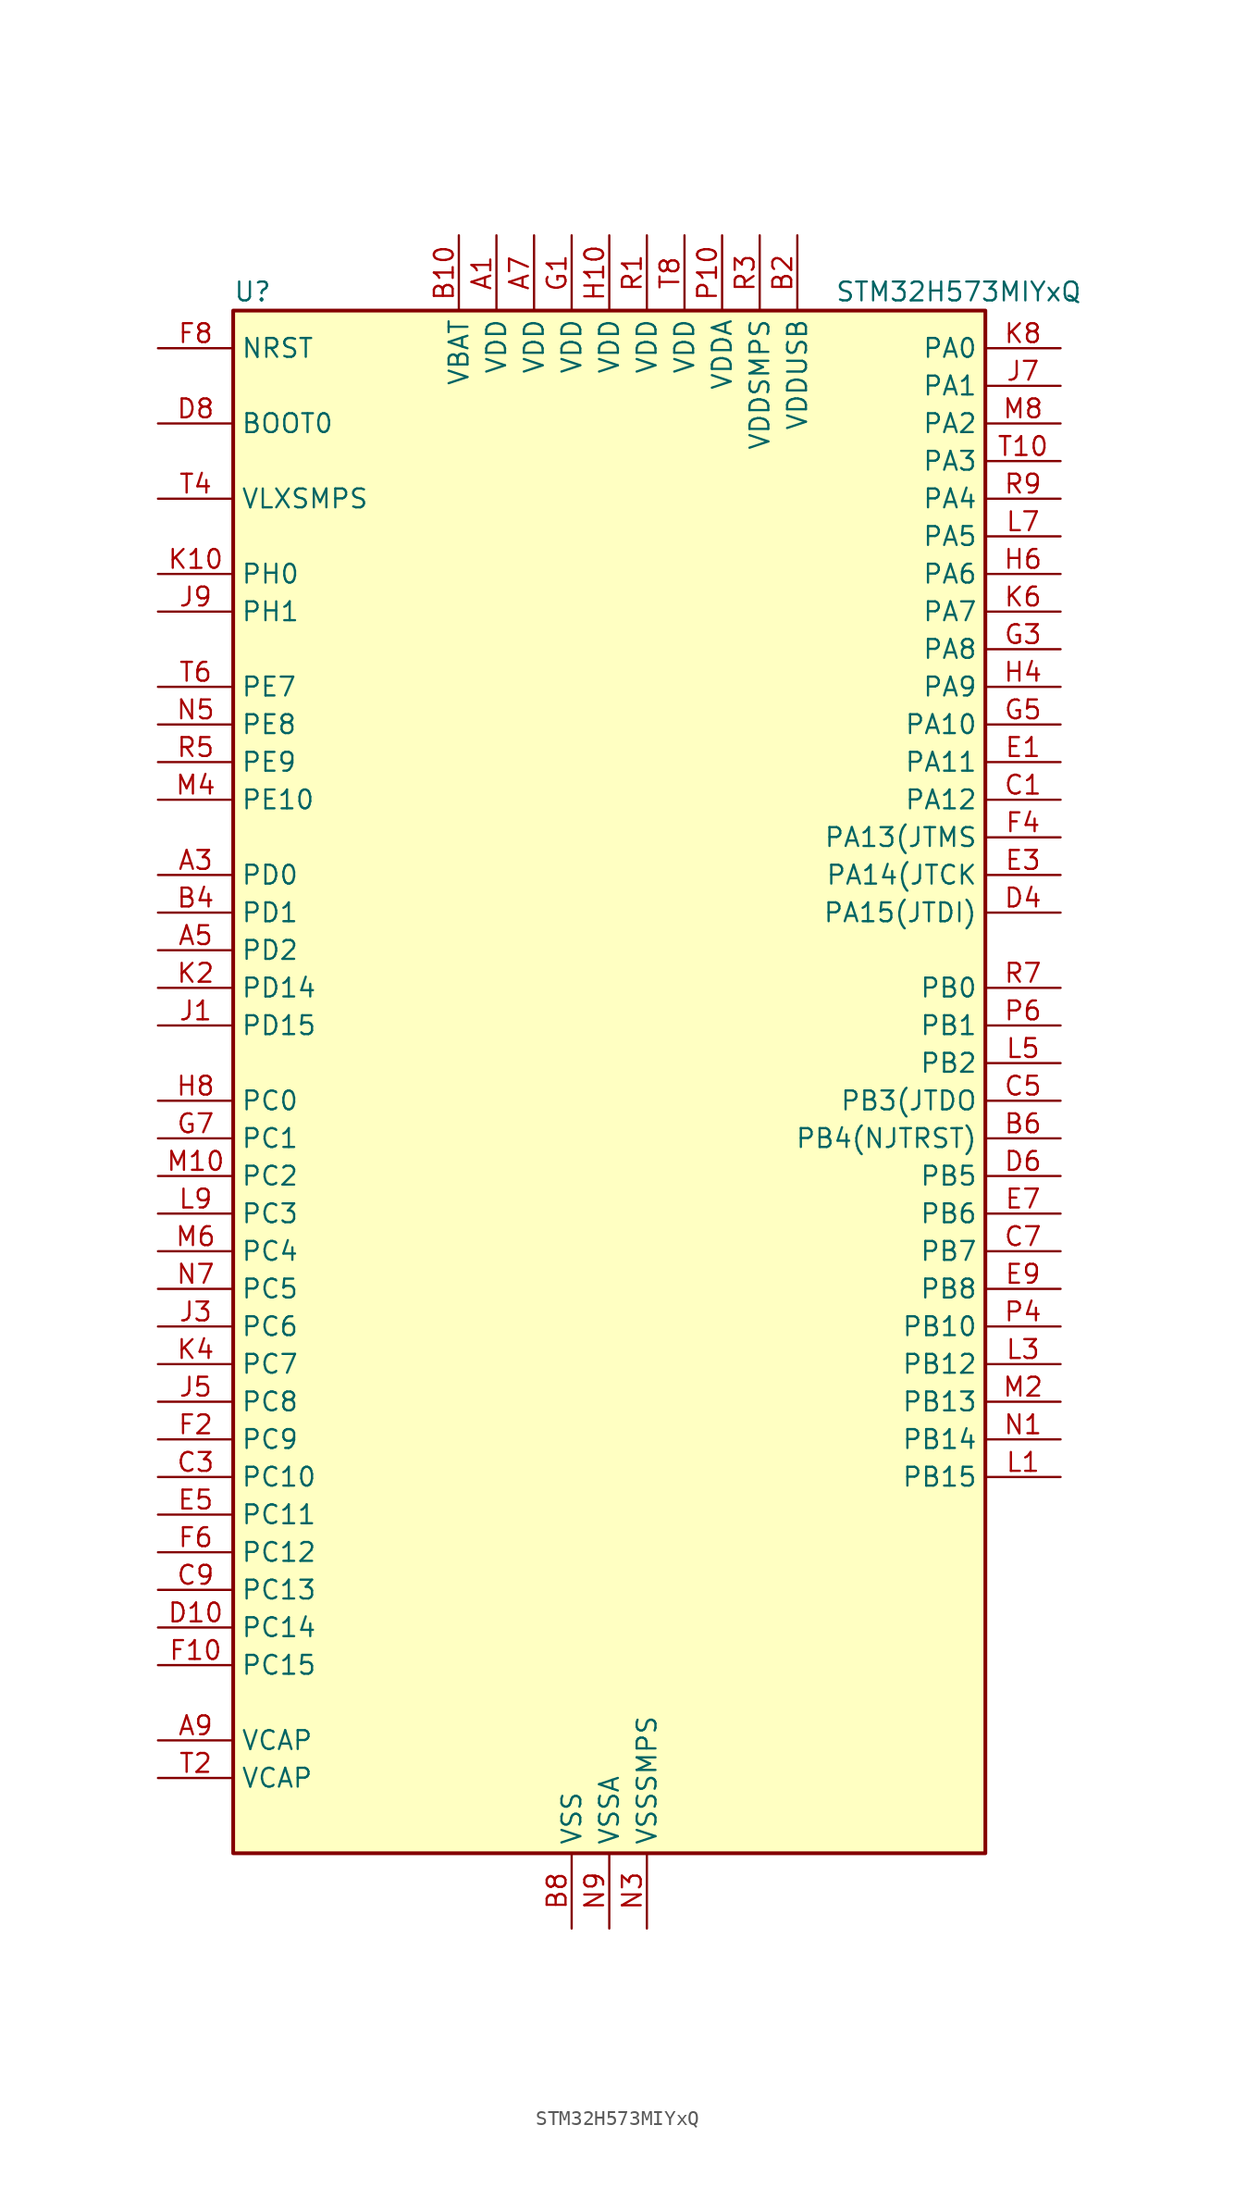
<source format=kicad_sym>
(kicad_symbol_lib
  (version 20231120)
  (generator "kicad_symbol_editor")
  (generator_version "8.0")
  (symbol "STM32H573MIYxQ"
    (property "Reference" "U"
      (at -25.4 54.61 0)
      (effects (font (size 1.27 1.27)) (justify left)))
    (property "Value" "STM32H573MIYxQ"
      (at 15.24 54.61 0)
      (effects (font (size 1.27 1.27)) (justify left)))
    (property "ki_locked" ""
      (at 0 0 0)
      (effects (font (size 1.27 1.27))))
    (symbol "STM32H573MIYxQ_0_1"
      (rectangle (start -25.4 -50.8) (end 25.4 53.34) (stroke (width 0.254) (type default)) (fill (type background))))
    (symbol "STM32H573MIYxQ_1_1"
      (pin power_in line (at -7.62 58.42 270) (length 5.08) (name "VDD" (effects (font (size 1.27 1.27)))) (number "A1" (effects (font (size 1.27 1.27)))))
      (pin bidirectional line (at -30.48 15.24 0) (length 5.08) (name "PD0" (effects (font (size 1.27 1.27)))) (number "A3" (effects (font (size 1.27 1.27)))) (alternate "FDCAN1_RX" bidirectional line) (alternate "FMC_D2" bidirectional line) (alternate "FMC_DA2" bidirectional line) (alternate "TIM8_CH4N" bidirectional line) (alternate "UART4_RX" bidirectional line) (alternate "UART9_CTS" bidirectional line))
      (pin bidirectional line (at -30.48 10.16 0) (length 5.08) (name "PD2" (effects (font (size 1.27 1.27)))) (number "A5" (effects (font (size 1.27 1.27)))) (alternate "DCMI_D11" bidirectional line) (alternate "DEBUG_TRACED2" bidirectional line) (alternate "LPTIM4_ETR" bidirectional line) (alternate "PSSI_D11" bidirectional line) (alternate "PWR_WKUP7" bidirectional line) (alternate "SDMMC1_CMD" bidirectional line) (alternate "TIM15_BKIN" bidirectional line) (alternate "TIM3_ETR" bidirectional line) (alternate "UART5_RX" bidirectional line))
      (pin power_in line (at -5.08 58.42 270) (length 5.08) (name "VDD" (effects (font (size 1.27 1.27)))) (number "A7" (effects (font (size 1.27 1.27)))))
      (pin power_out line (at -30.48 -43.18 0) (length 5.08) (name "VCAP" (effects (font (size 1.27 1.27)))) (number "A9" (effects (font (size 1.27 1.27)))))
      (pin power_in line (at -10.16 58.42 270) (length 5.08) (name "VBAT" (effects (font (size 1.27 1.27)))) (number "B10" (effects (font (size 1.27 1.27)))))
      (pin power_in line (at 12.7 58.42 270) (length 5.08) (name "VDDUSB" (effects (font (size 1.27 1.27)))) (number "B2" (effects (font (size 1.27 1.27)))))
      (pin bidirectional line (at -30.48 12.7 0) (length 5.08) (name "PD1" (effects (font (size 1.27 1.27)))) (number "B4" (effects (font (size 1.27 1.27)))) (alternate "FDCAN1_TX" bidirectional line) (alternate "FMC_D3" bidirectional line) (alternate "FMC_DA3" bidirectional line) (alternate "UART4_TX" bidirectional line))
      (pin bidirectional line (at 30.48 -2.54 180) (length 5.08) (name "PB4(NJTRST)" (effects (font (size 1.27 1.27)))) (number "B6" (effects (font (size 1.27 1.27)))) (alternate "DCMI_D7" bidirectional line) (alternate "DEBUG_JTRST" bidirectional line) (alternate "I2S1_SDI" bidirectional line) (alternate "I2S2_WS" bidirectional line) (alternate "I2S3_SDI" bidirectional line) (alternate "LPTIM1_CH2" bidirectional line) (alternate "OCTOSPI1_CLK" bidirectional line) (alternate "PSSI_D7" bidirectional line) (alternate "SPI1_MISO" bidirectional line) (alternate "SPI2_NSS" bidirectional line) (alternate "SPI3_MISO" bidirectional line) (alternate "SPI6_MISO" bidirectional line) (alternate "TIM16_BKIN" bidirectional line) (alternate "TIM3_CH1" bidirectional line) (alternate "UART7_TX" bidirectional line))
      (pin power_in line (at -2.54 -55.88 90) (length 5.08) (name "VSS" (effects (font (size 1.27 1.27)))) (number "B8" (effects (font (size 1.27 1.27)))))
      (pin bidirectional line (at 30.48 20.32 180) (length 5.08) (name "PA12" (effects (font (size 1.27 1.27)))) (number "C1" (effects (font (size 1.27 1.27)))) (alternate "FDCAN1_TX" bidirectional line) (alternate "I2S2_CK" bidirectional line) (alternate "LPUART1_RTS" bidirectional line) (alternate "SAI2_FS_B" bidirectional line) (alternate "SPI2_SCK" bidirectional line) (alternate "TIM1_ETR" bidirectional line) (alternate "UART4_TX" bidirectional line) (alternate "USART1_RTS" bidirectional line) (alternate "USB_DP" bidirectional line))
      (pin bidirectional line (at -30.48 -25.4 0) (length 5.08) (name "PC10" (effects (font (size 1.27 1.27)))) (number "C3" (effects (font (size 1.27 1.27)))) (alternate "DCMI_D8" bidirectional line) (alternate "ETH_TXD0" bidirectional line) (alternate "I2S3_CK" bidirectional line) (alternate "LPTIM3_ETR" bidirectional line) (alternate "OCTOSPI1_IO1" bidirectional line) (alternate "PSSI_D8" bidirectional line) (alternate "SDMMC1_D2" bidirectional line) (alternate "SPI3_SCK" bidirectional line) (alternate "UART4_TX" bidirectional line) (alternate "USART3_TX" bidirectional line))
      (pin bidirectional line (at 30.48 0 180) (length 5.08) (name "PB3(JTDO" (effects (font (size 1.27 1.27)))) (number "C5" (effects (font (size 1.27 1.27)))) (alternate "CRS_SYNC" bidirectional line) (alternate "DEBUG_JTDO-SWO" bidirectional line) (alternate "I2C2_SDA" bidirectional line) (alternate "I2S1_CK" bidirectional line) (alternate "I2S3_CK" bidirectional line) (alternate "LPTIM6_ETR" bidirectional line) (alternate "SPI1_SCK" bidirectional line) (alternate "SPI3_SCK" bidirectional line) (alternate "SPI6_SCK" bidirectional line) (alternate "TIM2_CH2" bidirectional line) (alternate "UART12_CTS" bidirectional line) (alternate "UART7_RX" bidirectional line))
      (pin bidirectional line (at 30.48 -10.16 180) (length 5.08) (name "PB7" (effects (font (size 1.27 1.27)))) (number "C7" (effects (font (size 1.27 1.27)))) (alternate "DCMI_VSYNC" bidirectional line) (alternate "FDCAN1_TX" bidirectional line) (alternate "FMC_NL" bidirectional line) (alternate "I2C1_SDA" bidirectional line) (alternate "I2C4_SDA" bidirectional line) (alternate "I3C1_SDA" bidirectional line) (alternate "LPUART1_RX" bidirectional line) (alternate "PSSI_RDY" bidirectional line) (alternate "PWR_WKUP5" bidirectional line) (alternate "TIM17_CH1N" bidirectional line) (alternate "TIM4_CH2" bidirectional line) (alternate "USART1_RX" bidirectional line))
      (pin bidirectional line (at -30.48 -33.02 0) (length 5.08) (name "PC13" (effects (font (size 1.27 1.27)))) (number "C9" (effects (font (size 1.27 1.27)))) (alternate "PWR_WKUP4" bidirectional line) (alternate "RTC_OUT1" bidirectional line) (alternate "RTC_TS" bidirectional line) (alternate "TAMP_IN1" bidirectional line) (alternate "TAMP_OUT2" bidirectional line) (alternate "TAMP_OUT3" bidirectional line))
      (pin bidirectional line (at -30.48 -35.56 0) (length 5.08) (name "PC14" (effects (font (size 1.27 1.27)))) (number "D10" (effects (font (size 1.27 1.27)))) (alternate "RCC_OSC32_IN" bidirectional line))
      (pin passive line (at -2.54 -55.88 90) (length 5.08) hide (name "VSS" (effects (font (size 1.27 1.27)))) (number "D2" (effects (font (size 1.27 1.27)))))
      (pin bidirectional line (at 30.48 12.7 180) (length 5.08) (name "PA15(JTDI)" (effects (font (size 1.27 1.27)))) (number "D4" (effects (font (size 1.27 1.27)))) (alternate "ADC1_EXTI15" bidirectional line) (alternate "ADC2_EXTI15" bidirectional line) (alternate "CEC" bidirectional line) (alternate "DCMI_D11" bidirectional line) (alternate "DEBUG_JTDI" bidirectional line) (alternate "FMC_NBL1" bidirectional line) (alternate "I2S1_WS" bidirectional line) (alternate "I2S3_WS" bidirectional line) (alternate "LPTIM3_IN2" bidirectional line) (alternate "PSSI_D11" bidirectional line) (alternate "SPI1_NSS" bidirectional line) (alternate "SPI3_NSS" bidirectional line) (alternate "SPI6_NSS" bidirectional line) (alternate "TIM2_CH1" bidirectional line) (alternate "TIM2_ETR" bidirectional line) (alternate "UART4_DE" bidirectional line) (alternate "UART4_RTS" bidirectional line) (alternate "UART7_TX" bidirectional line))
      (pin bidirectional line (at 30.48 -5.08 180) (length 5.08) (name "PB5" (effects (font (size 1.27 1.27)))) (number "D6" (effects (font (size 1.27 1.27)))) (alternate "DCMI_D10" bidirectional line) (alternate "ETH_PPS_OUT" bidirectional line) (alternate "FDCAN2_RX" bidirectional line) (alternate "FMC_SDCKE1" bidirectional line) (alternate "I2C1_SMBA" bidirectional line) (alternate "I2C4_SMBA" bidirectional line) (alternate "I2S1_SDO" bidirectional line) (alternate "I2S3_SDO" bidirectional line) (alternate "OCTOSPI1_NCLK" bidirectional line) (alternate "PSSI_D10" bidirectional line) (alternate "SPI1_MOSI" bidirectional line) (alternate "SPI3_MOSI" bidirectional line) (alternate "SPI6_MOSI" bidirectional line) (alternate "TIM17_BKIN" bidirectional line) (alternate "TIM3_CH2" bidirectional line) (alternate "UART5_RX" bidirectional line))
      (pin input line (at -30.48 45.72 0) (length 5.08) (name "BOOT0" (effects (font (size 1.27 1.27)))) (number "D8" (effects (font (size 1.27 1.27)))))
      (pin bidirectional line (at 30.48 22.86 180) (length 5.08) (name "PA11" (effects (font (size 1.27 1.27)))) (number "E1" (effects (font (size 1.27 1.27)))) (alternate "ADC1_EXTI11" bidirectional line) (alternate "ADC2_EXTI11" bidirectional line) (alternate "FDCAN1_RX" bidirectional line) (alternate "I2S2_WS" bidirectional line) (alternate "LPUART1_CTS" bidirectional line) (alternate "SPI2_NSS" bidirectional line) (alternate "TIM1_CH4" bidirectional line) (alternate "UART4_RX" bidirectional line) (alternate "USART1_CTS" bidirectional line) (alternate "USART1_NSS" bidirectional line) (alternate "USB_DM" bidirectional line))
      (pin bidirectional line (at 30.48 15.24 180) (length 5.08) (name "PA14(JTCK" (effects (font (size 1.27 1.27)))) (number "E3" (effects (font (size 1.27 1.27)))) (alternate "DEBUG_JTCK-SWCLK" bidirectional line))
      (pin bidirectional line (at -30.48 -27.94 0) (length 5.08) (name "PC11" (effects (font (size 1.27 1.27)))) (number "E5" (effects (font (size 1.27 1.27)))) (alternate "ADC1_EXTI11" bidirectional line) (alternate "ADC2_EXTI11" bidirectional line) (alternate "DCMI_D4" bidirectional line) (alternate "I2S3_SDI" bidirectional line) (alternate "LPTIM3_IN1" bidirectional line) (alternate "OCTOSPI1_NCS" bidirectional line) (alternate "PSSI_D4" bidirectional line) (alternate "SDMMC1_D3" bidirectional line) (alternate "SPI3_MISO" bidirectional line) (alternate "UART4_RX" bidirectional line) (alternate "USART3_RX" bidirectional line))
      (pin bidirectional line (at 30.48 -7.62 180) (length 5.08) (name "PB6" (effects (font (size 1.27 1.27)))) (number "E7" (effects (font (size 1.27 1.27)))) (alternate "CEC" bidirectional line) (alternate "DCMI_D5" bidirectional line) (alternate "FDCAN2_TX" bidirectional line) (alternate "FMC_SDNE1" bidirectional line) (alternate "I2C1_SCL" bidirectional line) (alternate "I2C4_SCL" bidirectional line) (alternate "I3C1_SCL" bidirectional line) (alternate "LPUART1_TX" bidirectional line) (alternate "OCTOSPI1_NCS" bidirectional line) (alternate "PSSI_D5" bidirectional line) (alternate "TIM16_CH1N" bidirectional line) (alternate "TIM4_CH1" bidirectional line) (alternate "UART5_TX" bidirectional line) (alternate "USART1_TX" bidirectional line))
      (pin bidirectional line (at 30.48 -12.7 180) (length 5.08) (name "PB8" (effects (font (size 1.27 1.27)))) (number "E9" (effects (font (size 1.27 1.27)))) (alternate "DCMI_D6" bidirectional line) (alternate "ETH_TXD3" bidirectional line) (alternate "FDCAN1_RX" bidirectional line) (alternate "I2C1_SCL" bidirectional line) (alternate "I2C4_SCL" bidirectional line) (alternate "I3C1_SCL" bidirectional line) (alternate "PSSI_D6" bidirectional line) (alternate "SDMMC1_CKIN" bidirectional line) (alternate "SDMMC1_D4" bidirectional line) (alternate "TIM16_CH1" bidirectional line) (alternate "TIM4_CH3" bidirectional line) (alternate "UART4_RX" bidirectional line))
      (pin bidirectional line (at -30.48 -38.1 0) (length 5.08) (name "PC15" (effects (font (size 1.27 1.27)))) (number "F10" (effects (font (size 1.27 1.27)))) (alternate "ADC1_EXTI15" bidirectional line) (alternate "ADC2_EXTI15" bidirectional line) (alternate "RCC_OSC32_OUT" bidirectional line))
      (pin bidirectional line (at -30.48 -22.86 0) (length 5.08) (name "PC9" (effects (font (size 1.27 1.27)))) (number "F2" (effects (font (size 1.27 1.27)))) (alternate "AUDIOCLK" bidirectional line) (alternate "DAC1_EXTI9" bidirectional line) (alternate "DCMI_D3" bidirectional line) (alternate "FMC_CLE" bidirectional line) (alternate "I2C3_SDA" bidirectional line) (alternate "OCTOSPI1_IO0" bidirectional line) (alternate "PSSI_D3" bidirectional line) (alternate "RCC_MCO_2" bidirectional line) (alternate "SDMMC1_D1" bidirectional line) (alternate "TIM3_CH4" bidirectional line) (alternate "TIM8_CH4" bidirectional line) (alternate "UART5_CTS" bidirectional line) (alternate "UCPD1_DB2" bidirectional line))
      (pin bidirectional line (at 30.48 17.78 180) (length 5.08) (name "PA13(JTMS" (effects (font (size 1.27 1.27)))) (number "F4" (effects (font (size 1.27 1.27)))) (alternate "DEBUG_JTMS-SWDIO" bidirectional line))
      (pin bidirectional line (at -30.48 -30.48 0) (length 5.08) (name "PC12" (effects (font (size 1.27 1.27)))) (number "F6" (effects (font (size 1.27 1.27)))) (alternate "DCMI_D9" bidirectional line) (alternate "DEBUG_TRACED3" bidirectional line) (alternate "I2S3_SDO" bidirectional line) (alternate "PSSI_D9" bidirectional line) (alternate "SDMMC1_CK" bidirectional line) (alternate "SPI3_MOSI" bidirectional line) (alternate "SPI6_SCK" bidirectional line) (alternate "TIM15_CH1" bidirectional line) (alternate "UART5_TX" bidirectional line) (alternate "USART3_CK" bidirectional line))
      (pin input line (at -30.48 50.8 0) (length 5.08) (name "NRST" (effects (font (size 1.27 1.27)))) (number "F8" (effects (font (size 1.27 1.27)))))
      (pin power_in line (at -2.54 58.42 270) (length 5.08) (name "VDD" (effects (font (size 1.27 1.27)))) (number "G1" (effects (font (size 1.27 1.27)))))
      (pin bidirectional line (at 30.48 30.48 180) (length 5.08) (name "PA8" (effects (font (size 1.27 1.27)))) (number "G3" (effects (font (size 1.27 1.27)))) (alternate "DCMI_D3" bidirectional line) (alternate "FMC_NOE" bidirectional line) (alternate "I2C3_SCL" bidirectional line) (alternate "PSSI_D3" bidirectional line) (alternate "RCC_MCO_1" bidirectional line) (alternate "SPI1_RDY" bidirectional line) (alternate "TIM1_CH1" bidirectional line) (alternate "TIM8_BKIN2" bidirectional line) (alternate "UART7_RX" bidirectional line) (alternate "USART1_CK" bidirectional line) (alternate "USB_SOF" bidirectional line))
      (pin bidirectional line (at 30.48 25.4 180) (length 5.08) (name "PA10" (effects (font (size 1.27 1.27)))) (number "G5" (effects (font (size 1.27 1.27)))) (alternate "DCMI_D1" bidirectional line) (alternate "FDCAN2_TX" bidirectional line) (alternate "LPTIM2_IN2" bidirectional line) (alternate "LPUART1_RX" bidirectional line) (alternate "PSSI_D1" bidirectional line) (alternate "SDMMC1_D0" bidirectional line) (alternate "TIM1_CH3" bidirectional line) (alternate "UCPD1_FRSTX" bidirectional line) (alternate "USART1_RX" bidirectional line))
      (pin bidirectional line (at -30.48 -2.54 0) (length 5.08) (name "PC1" (effects (font (size 1.27 1.27)))) (number "G7" (effects (font (size 1.27 1.27)))) (alternate "ADC1_INN10" bidirectional line) (alternate "ADC1_INP11" bidirectional line) (alternate "ADC2_INN10" bidirectional line) (alternate "ADC2_INP11" bidirectional line) (alternate "DEBUG_TRACED0" bidirectional line) (alternate "ETH_MDC" bidirectional line) (alternate "I2S2_SDO" bidirectional line) (alternate "OCTOSPI1_IO4" bidirectional line) (alternate "PWR_WKUP6" bidirectional line) (alternate "SAI1_D1" bidirectional line) (alternate "SAI1_SD_A" bidirectional line) (alternate "SAI2_SD_A" bidirectional line) (alternate "SPI2_MOSI" bidirectional line) (alternate "TAMP_IN3" bidirectional line) (alternate "TAMP_OUT5" bidirectional line) (alternate "USART11_RTS" bidirectional line))
      (pin passive line (at -2.54 -55.88 90) (length 5.08) hide (name "VSS" (effects (font (size 1.27 1.27)))) (number "G9" (effects (font (size 1.27 1.27)))))
      (pin power_in line (at 0 58.42 270) (length 5.08) (name "VDD" (effects (font (size 1.27 1.27)))) (number "H10" (effects (font (size 1.27 1.27)))))
      (pin passive line (at -2.54 -55.88 90) (length 5.08) hide (name "VSS" (effects (font (size 1.27 1.27)))) (number "H2" (effects (font (size 1.27 1.27)))))
      (pin bidirectional line (at 30.48 27.94 180) (length 5.08) (name "PA9" (effects (font (size 1.27 1.27)))) (number "H4" (effects (font (size 1.27 1.27)))) (alternate "DAC1_EXTI9" bidirectional line) (alternate "DCMI_D0" bidirectional line) (alternate "ETH_TX_ER" bidirectional line) (alternate "FMC_NWE" bidirectional line) (alternate "I2C3_SMBA" bidirectional line) (alternate "I2S2_CK" bidirectional line) (alternate "LPUART1_TX" bidirectional line) (alternate "PSSI_D0" bidirectional line) (alternate "SPI2_SCK" bidirectional line) (alternate "TIM1_CH2" bidirectional line) (alternate "UCPD1_DB1" bidirectional line) (alternate "USART1_TX" bidirectional line))
      (pin bidirectional line (at 30.48 35.56 180) (length 5.08) (name "PA6" (effects (font (size 1.27 1.27)))) (number "H6" (effects (font (size 1.27 1.27)))) (alternate "ADC1_INP3" bidirectional line) (alternate "ADC2_INP3" bidirectional line) (alternate "DCMI_PIXCLK" bidirectional line) (alternate "I2S1_SDI" bidirectional line) (alternate "OCTOSPI1_IO3" bidirectional line) (alternate "PSSI_PDCK" bidirectional line) (alternate "SPI1_MISO" bidirectional line) (alternate "SPI6_MISO" bidirectional line) (alternate "TIM13_CH1" bidirectional line) (alternate "TIM1_BKIN" bidirectional line) (alternate "TIM3_CH1" bidirectional line) (alternate "TIM8_BKIN" bidirectional line) (alternate "USART11_TX" bidirectional line))
      (pin bidirectional line (at -30.48 0 0) (length 5.08) (name "PC0" (effects (font (size 1.27 1.27)))) (number "H8" (effects (font (size 1.27 1.27)))) (alternate "ADC1_INP10" bidirectional line) (alternate "ADC2_INP10" bidirectional line) (alternate "FMC_A25" bidirectional line) (alternate "FMC_SDNWE" bidirectional line) (alternate "OCTOSPI1_IO7" bidirectional line) (alternate "SAI1_MCLK_A" bidirectional line) (alternate "SAI2_FS_B" bidirectional line) (alternate "SPI2_RDY" bidirectional line) (alternate "TIM16_BKIN" bidirectional line))
      (pin bidirectional line (at -30.48 5.08 0) (length 5.08) (name "PD15" (effects (font (size 1.27 1.27)))) (number "J1" (effects (font (size 1.27 1.27)))) (alternate "ADC1_EXTI15" bidirectional line) (alternate "ADC2_EXTI15" bidirectional line) (alternate "FMC_D1" bidirectional line) (alternate "FMC_DA1" bidirectional line) (alternate "TIM4_CH4" bidirectional line) (alternate "UART9_TX" bidirectional line))
      (pin bidirectional line (at -30.48 -15.24 0) (length 5.08) (name "PC6" (effects (font (size 1.27 1.27)))) (number "J3" (effects (font (size 1.27 1.27)))) (alternate "DCMI_D0" bidirectional line) (alternate "FMC_NWAIT" bidirectional line) (alternate "I2S2_MCK" bidirectional line) (alternate "OCTOSPI1_IO5" bidirectional line) (alternate "PSSI_D0" bidirectional line) (alternate "SAI1_SCK_A" bidirectional line) (alternate "SDMMC1_D0DIR" bidirectional line) (alternate "SDMMC1_D6" bidirectional line) (alternate "TIM3_CH1" bidirectional line) (alternate "TIM8_CH1" bidirectional line) (alternate "USART6_TX" bidirectional line))
      (pin bidirectional line (at -30.48 -20.32 0) (length 5.08) (name "PC8" (effects (font (size 1.27 1.27)))) (number "J5" (effects (font (size 1.27 1.27)))) (alternate "DCMI_D2" bidirectional line) (alternate "DEBUG_TRACED1" bidirectional line) (alternate "FMC_ALE" bidirectional line) (alternate "FMC_INT" bidirectional line) (alternate "FMC_NCE" bidirectional line) (alternate "FMC_NE2" bidirectional line) (alternate "PSSI_D2" bidirectional line) (alternate "SDMMC1_D0" bidirectional line) (alternate "TIM3_CH3" bidirectional line) (alternate "TIM8_CH3" bidirectional line) (alternate "UART5_DE" bidirectional line) (alternate "UART5_RTS" bidirectional line) (alternate "USART6_CK" bidirectional line))
      (pin bidirectional line (at 30.48 48.26 180) (length 5.08) (name "PA1" (effects (font (size 1.27 1.27)))) (number "J7" (effects (font (size 1.27 1.27)))) (alternate "ADC1_INP1" bidirectional line) (alternate "ADC2_INP1" bidirectional line) (alternate "ETH_REF_CLK" bidirectional line) (alternate "ETH_RX_CLK" bidirectional line) (alternate "LPTIM1_IN1" bidirectional line) (alternate "OCTOSPI1_DQS" bidirectional line) (alternate "OCTOSPI1_IO3" bidirectional line) (alternate "SAI2_MCLK_B" bidirectional line) (alternate "TAMP_IN5" bidirectional line) (alternate "TAMP_OUT4" bidirectional line) (alternate "TIM15_CH1N" bidirectional line) (alternate "TIM2_CH2" bidirectional line) (alternate "TIM5_CH2" bidirectional line) (alternate "UART4_RX" bidirectional line) (alternate "USART2_RTS" bidirectional line))
      (pin bidirectional line (at -30.48 33.02 0) (length 5.08) (name "PH1" (effects (font (size 1.27 1.27)))) (number "J9" (effects (font (size 1.27 1.27)))) (alternate "RCC_OSC_OUT" bidirectional line))
      (pin bidirectional line (at -30.48 35.56 0) (length 5.08) (name "PH0" (effects (font (size 1.27 1.27)))) (number "K10" (effects (font (size 1.27 1.27)))) (alternate "RCC_OSC_IN" bidirectional line))
      (pin bidirectional line (at -30.48 7.62 0) (length 5.08) (name "PD14" (effects (font (size 1.27 1.27)))) (number "K2" (effects (font (size 1.27 1.27)))) (alternate "FMC_D0" bidirectional line) (alternate "FMC_DA0" bidirectional line) (alternate "TIM4_CH3" bidirectional line) (alternate "UART9_RX" bidirectional line))
      (pin bidirectional line (at -30.48 -17.78 0) (length 5.08) (name "PC7" (effects (font (size 1.27 1.27)))) (number "K4" (effects (font (size 1.27 1.27)))) (alternate "DCMI_D1" bidirectional line) (alternate "DEBUG_TRGIO" bidirectional line) (alternate "FMC_NE1" bidirectional line) (alternate "I2S3_MCK" bidirectional line) (alternate "OCTOSPI1_IO6" bidirectional line) (alternate "PSSI_D1" bidirectional line) (alternate "SDMMC1_D123DIR" bidirectional line) (alternate "SDMMC1_D7" bidirectional line) (alternate "TIM3_CH2" bidirectional line) (alternate "TIM8_CH2" bidirectional line) (alternate "USART6_RX" bidirectional line))
      (pin bidirectional line (at 30.48 33.02 180) (length 5.08) (name "PA7" (effects (font (size 1.27 1.27)))) (number "K6" (effects (font (size 1.27 1.27)))) (alternate "ADC1_INN3" bidirectional line) (alternate "ADC1_INP7" bidirectional line) (alternate "ADC2_INN3" bidirectional line) (alternate "ADC2_INP7" bidirectional line) (alternate "ETH_CRS_DV" bidirectional line) (alternate "ETH_RX_DV" bidirectional line) (alternate "FMC_NWE" bidirectional line) (alternate "FMC_SDNWE" bidirectional line) (alternate "I2S1_SDO" bidirectional line) (alternate "OCTOSPI1_IO2" bidirectional line) (alternate "SPI1_MOSI" bidirectional line) (alternate "SPI6_MOSI" bidirectional line) (alternate "TIM14_CH1" bidirectional line) (alternate "TIM1_CH1N" bidirectional line) (alternate "TIM3_CH2" bidirectional line) (alternate "TIM8_CH1N" bidirectional line) (alternate "USART11_RX" bidirectional line))
      (pin bidirectional line (at 30.48 50.8 180) (length 5.08) (name "PA0" (effects (font (size 1.27 1.27)))) (number "K8" (effects (font (size 1.27 1.27)))) (alternate "ADC1_INN1" bidirectional line) (alternate "ADC1_INP0" bidirectional line) (alternate "ADC2_INN1" bidirectional line) (alternate "ADC2_INP0" bidirectional line) (alternate "ETH_CRS" bidirectional line) (alternate "PWR_WKUP1" bidirectional line) (alternate "SAI2_SD_B" bidirectional line) (alternate "SPI3_RDY" bidirectional line) (alternate "SPI6_NSS" bidirectional line) (alternate "TAMP_IN2" bidirectional line) (alternate "TAMP_OUT1" bidirectional line) (alternate "TIM15_BKIN" bidirectional line) (alternate "TIM2_CH1" bidirectional line) (alternate "TIM2_ETR" bidirectional line) (alternate "TIM5_CH1" bidirectional line) (alternate "TIM8_ETR" bidirectional line) (alternate "UART4_TX" bidirectional line) (alternate "USART2_CTS" bidirectional line) (alternate "USART2_NSS" bidirectional line))
      (pin bidirectional line (at 30.48 -25.4 180) (length 5.08) (name "PB15" (effects (font (size 1.27 1.27)))) (number "L1" (effects (font (size 1.27 1.27)))) (alternate "ADC1_EXTI15" bidirectional line) (alternate "ADC2_EXTI15" bidirectional line) (alternate "DCMI_D2" bidirectional line) (alternate "ETH_TXD1" bidirectional line) (alternate "I2S2_SDO" bidirectional line) (alternate "OCTOSPI1_CLK" bidirectional line) (alternate "PSSI_D2" bidirectional line) (alternate "PWR_PVD_IN" bidirectional line) (alternate "RTC_REFIN" bidirectional line) (alternate "SPI2_MOSI" bidirectional line) (alternate "TIM12_CH2" bidirectional line) (alternate "TIM1_CH3N" bidirectional line) (alternate "TIM8_CH3N" bidirectional line) (alternate "UART4_CTS" bidirectional line) (alternate "UART5_RX" bidirectional line) (alternate "USART11_CTS" bidirectional line) (alternate "USART11_NSS" bidirectional line) (alternate "USART1_RX" bidirectional line))
      (pin bidirectional line (at 30.48 -17.78 180) (length 5.08) (name "PB12" (effects (font (size 1.27 1.27)))) (number "L3" (effects (font (size 1.27 1.27)))) (alternate "ETH_TXD0" bidirectional line) (alternate "FDCAN2_RX" bidirectional line) (alternate "I2C2_SDA" bidirectional line) (alternate "I2S2_WS" bidirectional line) (alternate "OCTOSPI1_NCLK" bidirectional line) (alternate "SPI2_NSS" bidirectional line) (alternate "TIM1_BKIN" bidirectional line) (alternate "UART5_RX" bidirectional line) (alternate "UCPD1_FRSTX" bidirectional line) (alternate "USART3_CK" bidirectional line))
      (pin bidirectional line (at 30.48 2.54 180) (length 5.08) (name "PB2" (effects (font (size 1.27 1.27)))) (number "L5" (effects (font (size 1.27 1.27)))) (alternate "I2S3_SDO" bidirectional line) (alternate "LPTIM1_CH1" bidirectional line) (alternate "LPTIM5_ETR" bidirectional line) (alternate "OCTOSPI1_CLK" bidirectional line) (alternate "OCTOSPI1_DQS" bidirectional line) (alternate "RCC_LSCO" bidirectional line) (alternate "RTC_OUT2" bidirectional line) (alternate "SAI1_D1" bidirectional line) (alternate "SAI1_SD_A" bidirectional line) (alternate "SDMMC1_CMD" bidirectional line) (alternate "SPI1_RDY" bidirectional line) (alternate "SPI3_MOSI" bidirectional line) (alternate "TIM8_CH4N" bidirectional line))
      (pin bidirectional line (at 30.48 38.1 180) (length 5.08) (name "PA5" (effects (font (size 1.27 1.27)))) (number "L7" (effects (font (size 1.27 1.27)))) (alternate "ADC1_INN18" bidirectional line) (alternate "ADC1_INP19" bidirectional line) (alternate "ADC2_INN18" bidirectional line) (alternate "ADC2_INP19" bidirectional line) (alternate "DAC1_OUT2" bidirectional line) (alternate "ETH_TX_EN" bidirectional line) (alternate "I2S1_CK" bidirectional line) (alternate "PSSI_D14" bidirectional line) (alternate "SPI1_SCK" bidirectional line) (alternate "SPI6_SCK" bidirectional line) (alternate "TIM2_CH1" bidirectional line) (alternate "TIM2_ETR" bidirectional line) (alternate "TIM8_CH1N" bidirectional line))
      (pin bidirectional line (at -30.48 -7.62 0) (length 5.08) (name "PC3" (effects (font (size 1.27 1.27)))) (number "L9" (effects (font (size 1.27 1.27)))) (alternate "ADC1_INN12" bidirectional line) (alternate "ADC1_INP13" bidirectional line) (alternate "ADC2_INN12" bidirectional line) (alternate "ADC2_INP13" bidirectional line) (alternate "ETH_TX_CLK" bidirectional line) (alternate "FMC_SDCKE0" bidirectional line) (alternate "I2S2_SDO" bidirectional line) (alternate "LPTIM3_CH1" bidirectional line) (alternate "OCTOSPI1_IO0" bidirectional line) (alternate "OCTOSPI1_IO6" bidirectional line) (alternate "PWR_CSTOP" bidirectional line) (alternate "SAI1_D3" bidirectional line) (alternate "SPI2_MOSI" bidirectional line))
      (pin bidirectional line (at -30.48 -5.08 0) (length 5.08) (name "PC2" (effects (font (size 1.27 1.27)))) (number "M10" (effects (font (size 1.27 1.27)))) (alternate "ADC1_INN11" bidirectional line) (alternate "ADC1_INP12" bidirectional line) (alternate "ADC2_INN11" bidirectional line) (alternate "ADC2_INP12" bidirectional line) (alternate "ETH_TXD2" bidirectional line) (alternate "FMC_SDNE0" bidirectional line) (alternate "I2S2_SDI" bidirectional line) (alternate "OCTOSPI1_IO2" bidirectional line) (alternate "OCTOSPI1_IO5" bidirectional line) (alternate "PWR_CSLEEP" bidirectional line) (alternate "SPI2_MISO" bidirectional line) (alternate "TIM17_CH1" bidirectional line) (alternate "TIM4_CH4" bidirectional line))
      (pin bidirectional line (at 30.48 -20.32 180) (length 5.08) (name "PB13" (effects (font (size 1.27 1.27)))) (number "M2" (effects (font (size 1.27 1.27)))) (alternate "FDCAN2_TX" bidirectional line) (alternate "I2C2_SMBA" bidirectional line) (alternate "I2S2_CK" bidirectional line) (alternate "LPTIM2_CH1" bidirectional line) (alternate "LPTIM3_IN1" bidirectional line) (alternate "SDMMC1_D0" bidirectional line) (alternate "SPI2_SCK" bidirectional line) (alternate "TIM1_CH1N" bidirectional line) (alternate "UART5_TX" bidirectional line) (alternate "UCPD1_CC1" bidirectional line) (alternate "USART3_CTS" bidirectional line) (alternate "USART3_NSS" bidirectional line))
      (pin bidirectional line (at -30.48 20.32 0) (length 5.08) (name "PE10" (effects (font (size 1.27 1.27)))) (number "M4" (effects (font (size 1.27 1.27)))) (alternate "FMC_D7" bidirectional line) (alternate "FMC_DA7" bidirectional line) (alternate "OCTOSPI1_IO7" bidirectional line) (alternate "TIM1_CH2N" bidirectional line) (alternate "UART12_TX" bidirectional line) (alternate "UART7_CTS" bidirectional line))
      (pin bidirectional line (at -30.48 -10.16 0) (length 5.08) (name "PC4" (effects (font (size 1.27 1.27)))) (number "M6" (effects (font (size 1.27 1.27)))) (alternate "ADC1_INP4" bidirectional line) (alternate "ADC2_INP4" bidirectional line) (alternate "ETH_RXD0" bidirectional line) (alternate "FMC_SDNE0" bidirectional line) (alternate "I2S1_MCK" bidirectional line) (alternate "LPTIM2_ETR" bidirectional line) (alternate "SAI1_CK1" bidirectional line) (alternate "TIM2_CH4" bidirectional line) (alternate "USART3_RX" bidirectional line))
      (pin bidirectional line (at 30.48 45.72 180) (length 5.08) (name "PA2" (effects (font (size 1.27 1.27)))) (number "M8" (effects (font (size 1.27 1.27)))) (alternate "ADC1_INP14" bidirectional line) (alternate "ADC2_INP14" bidirectional line) (alternate "ETH_MDIO" bidirectional line) (alternate "LPTIM1_IN2" bidirectional line) (alternate "PWR_WKUP2" bidirectional line) (alternate "SAI2_SCK_B" bidirectional line) (alternate "TAMP_IN4" bidirectional line) (alternate "TAMP_OUT3" bidirectional line) (alternate "TIM15_CH1" bidirectional line) (alternate "TIM2_CH3" bidirectional line) (alternate "TIM5_CH3" bidirectional line) (alternate "USART2_TX" bidirectional line))
      (pin bidirectional line (at 30.48 -22.86 180) (length 5.08) (name "PB14" (effects (font (size 1.27 1.27)))) (number "N1" (effects (font (size 1.27 1.27)))) (alternate "I2S2_SDI" bidirectional line) (alternate "LPTIM3_ETR" bidirectional line) (alternate "SPI2_MISO" bidirectional line) (alternate "TIM12_CH1" bidirectional line) (alternate "TIM1_CH2N" bidirectional line) (alternate "TIM8_CH2N" bidirectional line) (alternate "UART4_DE" bidirectional line) (alternate "UART4_RTS" bidirectional line) (alternate "UCPD1_CC2" bidirectional line) (alternate "USART1_TX" bidirectional line) (alternate "USART3_RTS" bidirectional line))
      (pin power_in line (at 2.54 -55.88 90) (length 5.08) (name "VSSSMPS" (effects (font (size 1.27 1.27)))) (number "N3" (effects (font (size 1.27 1.27)))))
      (pin bidirectional line (at -30.48 25.4 0) (length 5.08) (name "PE8" (effects (font (size 1.27 1.27)))) (number "N5" (effects (font (size 1.27 1.27)))) (alternate "FMC_D5" bidirectional line) (alternate "FMC_DA5" bidirectional line) (alternate "OCTOSPI1_IO5" bidirectional line) (alternate "TIM1_CH1N" bidirectional line) (alternate "UART12_CTS" bidirectional line) (alternate "UART7_TX" bidirectional line))
      (pin bidirectional line (at -30.48 -12.7 0) (length 5.08) (name "PC5" (effects (font (size 1.27 1.27)))) (number "N7" (effects (font (size 1.27 1.27)))) (alternate "ADC1_INN4" bidirectional line) (alternate "ADC1_INP8" bidirectional line) (alternate "ADC2_INN4" bidirectional line) (alternate "ADC2_INP8" bidirectional line) (alternate "ETH_RXD1" bidirectional line) (alternate "FMC_SDCKE0" bidirectional line) (alternate "OCTOSPI1_DQS" bidirectional line) (alternate "PSSI_D15" bidirectional line) (alternate "SAI1_D3" bidirectional line) (alternate "SAI1_FS_A" bidirectional line) (alternate "TIM1_CH4N" bidirectional line) (alternate "UART12_RTS" bidirectional line))
      (pin power_in line (at 0 -55.88 90) (length 5.08) (name "VSSA" (effects (font (size 1.27 1.27)))) (number "N9" (effects (font (size 1.27 1.27)))))
      (pin power_in line (at 7.62 58.42 270) (length 5.08) (name "VDDA" (effects (font (size 1.27 1.27)))) (number "P10" (effects (font (size 1.27 1.27)))))
      (pin passive line (at -2.54 -55.88 90) (length 5.08) hide (name "VSS" (effects (font (size 1.27 1.27)))) (number "P2" (effects (font (size 1.27 1.27)))))
      (pin bidirectional line (at 30.48 -15.24 180) (length 5.08) (name "PB10" (effects (font (size 1.27 1.27)))) (number "P4" (effects (font (size 1.27 1.27)))) (alternate "ETH_RX_ER" bidirectional line) (alternate "I2C2_SCL" bidirectional line) (alternate "I2S2_CK" bidirectional line) (alternate "LPTIM2_IN1" bidirectional line) (alternate "LPTIM3_CH1" bidirectional line) (alternate "OCTOSPI1_NCS" bidirectional line) (alternate "SPI2_SCK" bidirectional line) (alternate "TIM2_CH3" bidirectional line) (alternate "USART3_TX" bidirectional line))
      (pin bidirectional line (at 30.48 5.08 180) (length 5.08) (name "PB1" (effects (font (size 1.27 1.27)))) (number "P6" (effects (font (size 1.27 1.27)))) (alternate "ADC1_INP5" bidirectional line) (alternate "ADC2_INP5" bidirectional line) (alternate "ETH_RXD3" bidirectional line) (alternate "LPTIM3_CH2" bidirectional line) (alternate "OCTOSPI1_IO0" bidirectional line) (alternate "TIM1_CH3N" bidirectional line) (alternate "TIM3_CH4" bidirectional line) (alternate "TIM8_CH3N" bidirectional line))
      (pin passive line (at -2.54 -55.88 90) (length 5.08) hide (name "VSS" (effects (font (size 1.27 1.27)))) (number "P8" (effects (font (size 1.27 1.27)))))
      (pin power_in line (at 2.54 58.42 270) (length 5.08) (name "VDD" (effects (font (size 1.27 1.27)))) (number "R1" (effects (font (size 1.27 1.27)))))
      (pin power_in line (at 10.16 58.42 270) (length 5.08) (name "VDDSMPS" (effects (font (size 1.27 1.27)))) (number "R3" (effects (font (size 1.27 1.27)))))
      (pin bidirectional line (at -30.48 22.86 0) (length 5.08) (name "PE9" (effects (font (size 1.27 1.27)))) (number "R5" (effects (font (size 1.27 1.27)))) (alternate "DAC1_EXTI9" bidirectional line) (alternate "FMC_D6" bidirectional line) (alternate "FMC_DA6" bidirectional line) (alternate "OCTOSPI1_IO6" bidirectional line) (alternate "TIM1_CH1" bidirectional line) (alternate "UART12_RX" bidirectional line) (alternate "UART7_RTS" bidirectional line))
      (pin bidirectional line (at 30.48 7.62 180) (length 5.08) (name "PB0" (effects (font (size 1.27 1.27)))) (number "R7" (effects (font (size 1.27 1.27)))) (alternate "ADC1_INN5" bidirectional line) (alternate "ADC1_INP9" bidirectional line) (alternate "ADC2_INN5" bidirectional line) (alternate "ADC2_INP9" bidirectional line) (alternate "ETH_RXD2" bidirectional line) (alternate "LPTIM3_CH1" bidirectional line) (alternate "OCTOSPI1_IO1" bidirectional line) (alternate "TIM1_CH2N" bidirectional line) (alternate "TIM3_CH3" bidirectional line) (alternate "TIM8_CH2N" bidirectional line) (alternate "UART4_CTS" bidirectional line) (alternate "USART11_CK" bidirectional line))
      (pin bidirectional line (at 30.48 40.64 180) (length 5.08) (name "PA4" (effects (font (size 1.27 1.27)))) (number "R9" (effects (font (size 1.27 1.27)))) (alternate "ADC1_INP18" bidirectional line) (alternate "ADC2_INP18" bidirectional line) (alternate "DAC1_OUT1" bidirectional line) (alternate "DCMI_HSYNC" bidirectional line) (alternate "I2S1_WS" bidirectional line) (alternate "I2S3_WS" bidirectional line) (alternate "LPTIM2_CH1" bidirectional line) (alternate "PSSI_DE" bidirectional line) (alternate "SPI1_NSS" bidirectional line) (alternate "SPI3_NSS" bidirectional line) (alternate "SPI6_NSS" bidirectional line) (alternate "TIM5_ETR" bidirectional line) (alternate "USART2_CK" bidirectional line))
      (pin bidirectional line (at 30.48 43.18 180) (length 5.08) (name "PA3" (effects (font (size 1.27 1.27)))) (number "T10" (effects (font (size 1.27 1.27)))) (alternate "ADC1_INP15" bidirectional line) (alternate "ADC2_INP15" bidirectional line) (alternate "ETH_COL" bidirectional line) (alternate "I2S2_WS" bidirectional line) (alternate "OCTOSPI1_CLK" bidirectional line) (alternate "SAI1_SD_B" bidirectional line) (alternate "SPI2_NSS" bidirectional line) (alternate "TIM15_CH2" bidirectional line) (alternate "TIM2_CH4" bidirectional line) (alternate "TIM5_CH4" bidirectional line) (alternate "USART2_RX" bidirectional line))
      (pin power_out line (at -30.48 -45.72 0) (length 5.08) (name "VCAP" (effects (font (size 1.27 1.27)))) (number "T2" (effects (font (size 1.27 1.27)))))
      (pin power_in line (at -30.48 40.64 0) (length 5.08) (name "VLXSMPS" (effects (font (size 1.27 1.27)))) (number "T4" (effects (font (size 1.27 1.27)))))
      (pin bidirectional line (at -30.48 27.94 0) (length 5.08) (name "PE7" (effects (font (size 1.27 1.27)))) (number "T6" (effects (font (size 1.27 1.27)))) (alternate "FMC_D4" bidirectional line) (alternate "FMC_DA4" bidirectional line) (alternate "OCTOSPI1_IO4" bidirectional line) (alternate "TIM1_ETR" bidirectional line) (alternate "UART12_RTS" bidirectional line) (alternate "UART7_RX" bidirectional line))
      (pin power_in line (at 5.08 58.42 270) (length 5.08) (name "VDD" (effects (font (size 1.27 1.27)))) (number "T8" (effects (font (size 1.27 1.27))))))))
</source>
